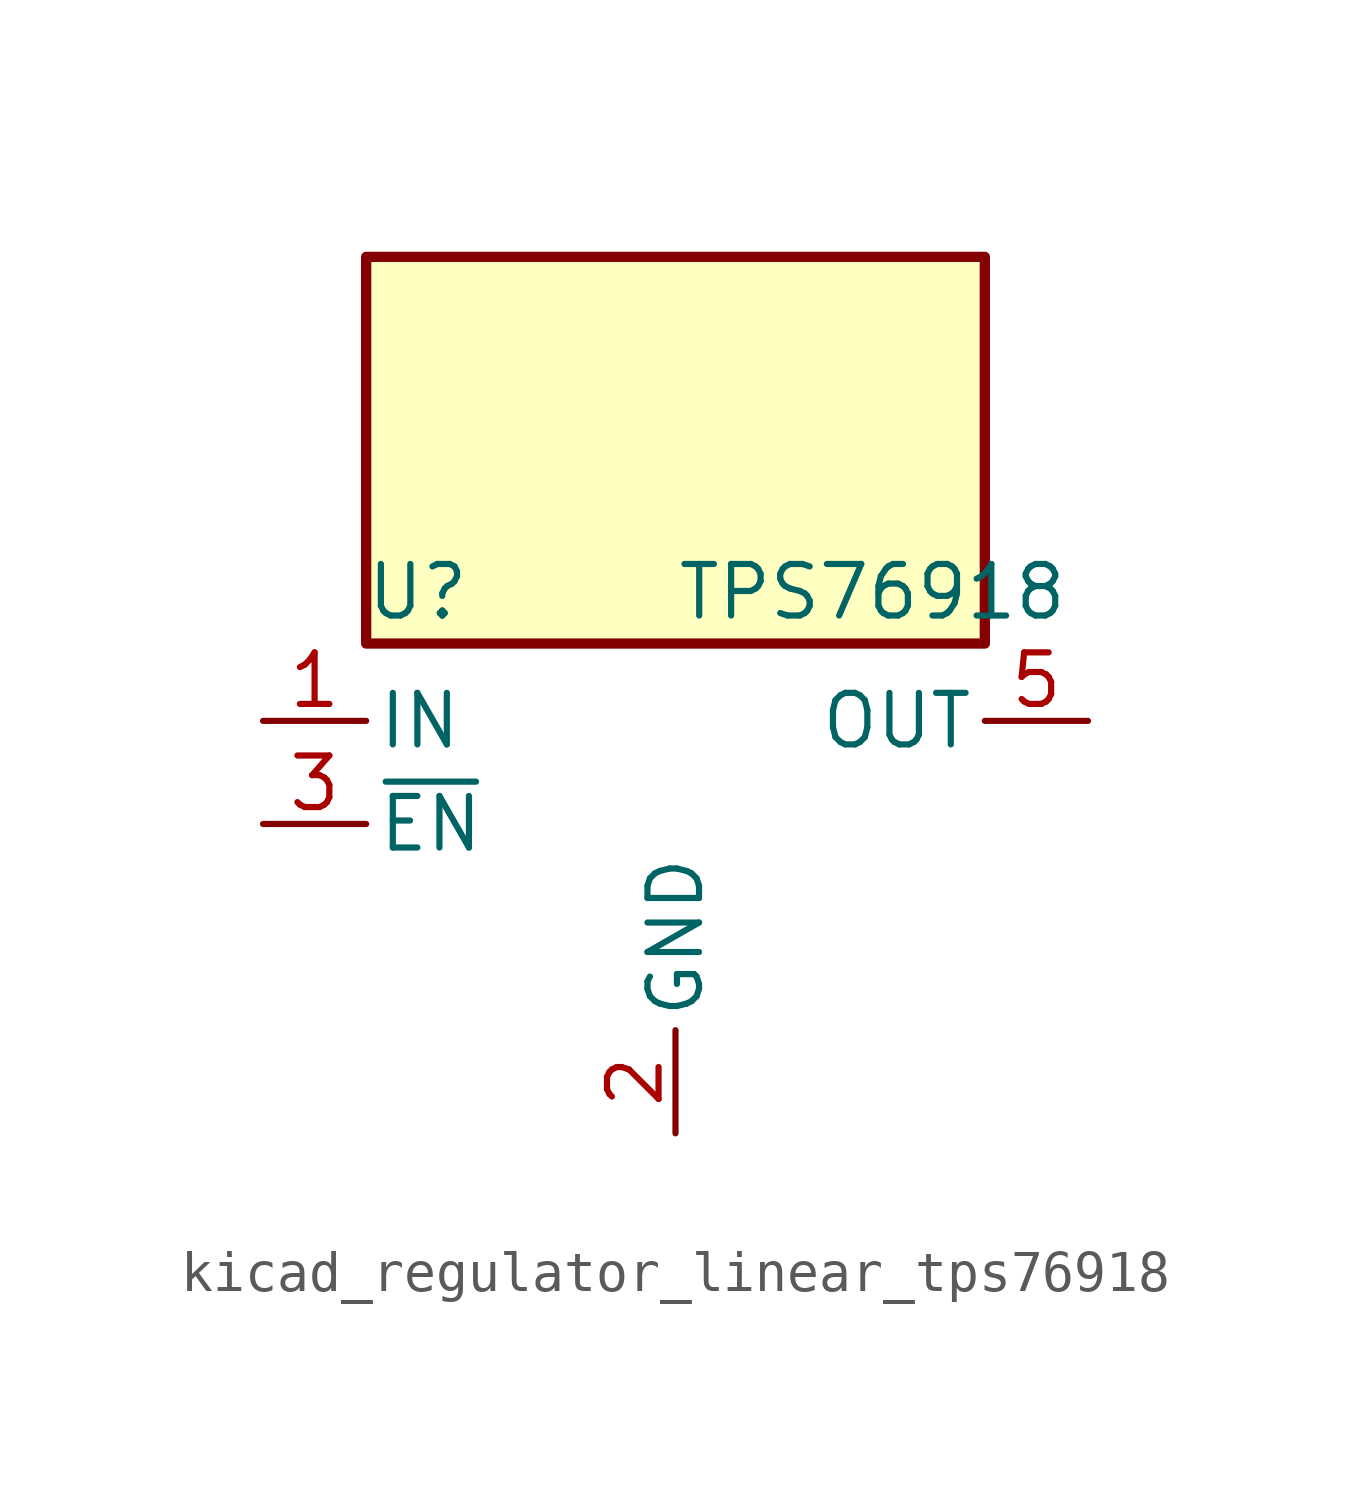
<source format=kicad_sym>
(kicad_symbol_lib
  (version 20220914)
  (generator kicad_symbol_editor)
  (symbol "kicad_regulator_linear_tps76918"
    (pin_names
      (offset 0.254))
    (property "Reference" "U"
      (at -6.35 5.715 0)
      (effects (font (size 1.27 1.27))))
    (property "Value" "TPS76918"
      (at 0 5.715 0)
      (effects (font (size 1.27 1.27)) (justify left)))
    (symbol "kicad_regulator_linear_tps76918_0_1"
      (rectangle (start 7.62 13.97) (end -7.62 4.445) (stroke (width 0.254) (type default)) (fill (type background))))
    (symbol "kicad_regulator_linear_tps76918_1_1"
      (pin power_in line (at -10.16 2.54 0) (length 2.54) (name "IN" (effects (font (size 1.27 1.27)))) (number "1" (effects (font (size 1.27 1.27)))))
      (pin power_in line (at 0 -7.62 90) (length 2.54) (name "GND" (effects (font (size 1.27 1.27)))) (number "2" (effects (font (size 1.27 1.27)))))
      (pin input line (at -10.16 0 0) (length 2.54) (name "~{EN}" (effects (font (size 1.27 1.27)))) (number "3" (effects (font (size 1.27 1.27)))))
      (pin no_connect line (at 7.62 0 180) (length 2.54) hide (name "NC" (effects (font (size 1.27 1.27)))) (number "4" (effects (font (size 1.27 1.27)))))
      (pin power_out line (at 10.16 2.54 180) (length 2.54) (name "OUT" (effects (font (size 1.27 1.27)))) (number "5" (effects (font (size 1.27 1.27))))))))
</source>
